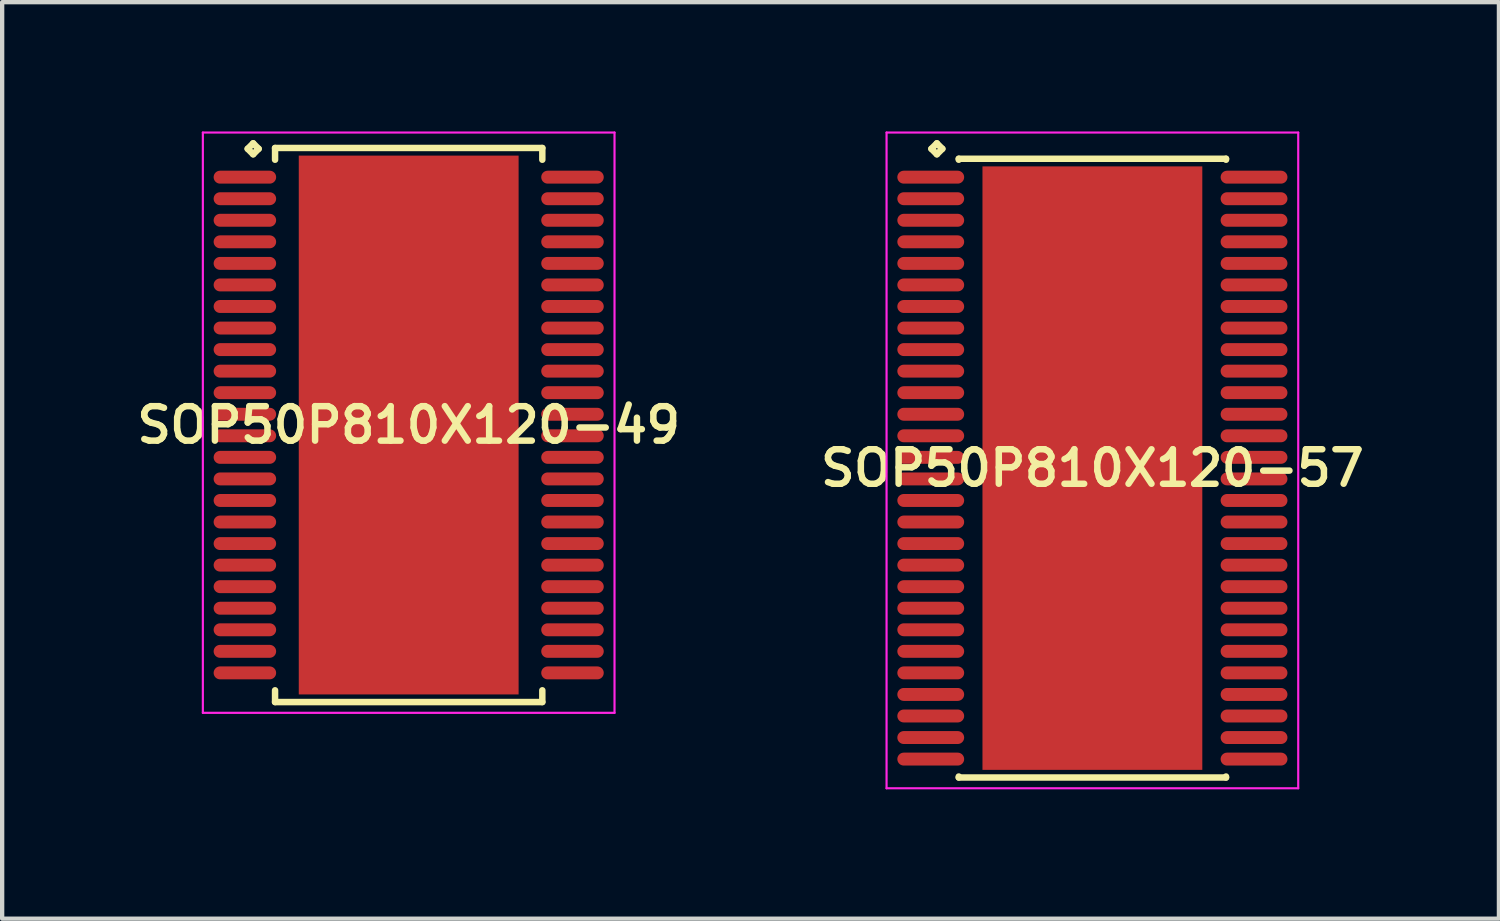
<source format=kicad_pcb>
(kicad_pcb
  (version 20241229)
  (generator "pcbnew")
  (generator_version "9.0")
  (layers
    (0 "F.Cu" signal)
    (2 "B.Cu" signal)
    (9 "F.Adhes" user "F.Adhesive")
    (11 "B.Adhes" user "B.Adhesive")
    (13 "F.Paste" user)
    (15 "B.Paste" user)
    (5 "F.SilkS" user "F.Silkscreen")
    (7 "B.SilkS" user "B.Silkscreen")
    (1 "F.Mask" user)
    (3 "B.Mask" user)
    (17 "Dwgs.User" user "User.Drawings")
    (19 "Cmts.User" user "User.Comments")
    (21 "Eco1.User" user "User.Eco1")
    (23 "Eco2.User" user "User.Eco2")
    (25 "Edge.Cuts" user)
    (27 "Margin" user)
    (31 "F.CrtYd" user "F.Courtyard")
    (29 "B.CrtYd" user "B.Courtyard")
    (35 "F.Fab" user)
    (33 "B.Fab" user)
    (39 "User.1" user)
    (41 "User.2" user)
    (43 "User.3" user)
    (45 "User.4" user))
  (footprint "SOP50P810X120-57"
    (layer "F.Cu")
    (at 22.292 7.81)
    (property "Reference" "SOP50P810X120-57" (at 0 0 0) (layer "F.SilkS") (effects (font (size 0.8 0.8) (thickness 0.15))))
    (attr smd)
    (fp_line (start -3.735 -7.408) (end -3.608 -7.535) (stroke (width 0.15) (type solid)) (layer "F.SilkS"))
    (fp_line (start -3.608 -7.535) (end -3.481 -7.408) (stroke (width 0.15) (type solid)) (layer "F.SilkS"))
    (fp_line (start -3.608 -7.281) (end -3.735 -7.408) (stroke (width 0.15) (type solid)) (layer "F.SilkS"))
    (fp_line (start -3.481 -7.408) (end -3.608 -7.281) (stroke (width 0.15) (type solid)) (layer "F.SilkS"))
    (fp_line (start -3.1 -7.177) (end 3.1 -7.177) (stroke (width 0.15) (type solid)) (layer "F.SilkS"))
    (fp_line (start -3.1 -7.154) (end -3.1 -7.177) (stroke (width 0.15) (type solid)) (layer "F.SilkS"))
    (fp_line (start -3.1 7.154) (end -3.1 7.177) (stroke (width 0.15) (type solid)) (layer "F.SilkS"))
    (fp_line (start -3.1 7.177) (end 3.1 7.177) (stroke (width 0.15) (type solid)) (layer "F.SilkS"))
    (fp_line (start 3.1 -7.177) (end 3.1 -7.154) (stroke (width 0.15) (type solid)) (layer "F.SilkS"))
    (fp_line (start 3.1 7.177) (end 3.1 7.154) (stroke (width 0.15) (type solid)) (layer "F.SilkS"))
    (fp_line (start -4.775 -7.785) (end 4.775 -7.785) (stroke (width 0.05) (type solid)) (layer "F.CrtYd"))
    (fp_line (start -4.775 7.427) (end -4.775 -7.785) (stroke (width 0.05) (type solid)) (layer "F.CrtYd"))
    (fp_line (start 4.775 -7.785) (end 4.775 7.427) (stroke (width 0.05) (type solid)) (layer "F.CrtYd"))
    (fp_line (start 4.775 7.427) (end -4.775 7.427) (stroke (width 0.05) (type solid)) (layer "F.CrtYd"))
    (pad "1" smd oval (at -3.75 -6.75) (size 1.55 0.3) (layers "F.Cu" "F.Mask" "F.Paste"))
    (pad "2" smd oval (at -3.75 -6.25) (size 1.55 0.3) (layers "F.Cu" "F.Mask" "F.Paste"))
    (pad "3" smd oval (at -3.75 -5.75) (size 1.55 0.3) (layers "F.Cu" "F.Mask" "F.Paste"))
    (pad "4" smd oval (at -3.75 -5.25) (size 1.55 0.3) (layers "F.Cu" "F.Mask" "F.Paste"))
    (pad "5" smd oval (at -3.75 -4.75) (size 1.55 0.3) (layers "F.Cu" "F.Mask" "F.Paste"))
    (pad "6" smd oval (at -3.75 -4.25) (size 1.55 0.3) (layers "F.Cu" "F.Mask" "F.Paste"))
    (pad "7" smd oval (at -3.75 -3.75) (size 1.55 0.3) (layers "F.Cu" "F.Mask" "F.Paste"))
    (pad "8" smd oval (at -3.75 -3.25) (size 1.55 0.3) (layers "F.Cu" "F.Mask" "F.Paste"))
    (pad "9" smd oval (at -3.75 -2.75) (size 1.55 0.3) (layers "F.Cu" "F.Mask" "F.Paste"))
    (pad "10" smd oval (at -3.75 -2.25) (size 1.55 0.3) (layers "F.Cu" "F.Mask" "F.Paste"))
    (pad "11" smd oval (at -3.75 -1.75) (size 1.55 0.3) (layers "F.Cu" "F.Mask" "F.Paste"))
    (pad "12" smd oval (at -3.75 -1.25) (size 1.55 0.3) (layers "F.Cu" "F.Mask" "F.Paste"))
    (pad "13" smd oval (at -3.75 -0.75) (size 1.55 0.3) (layers "F.Cu" "F.Mask" "F.Paste"))
    (pad "14" smd oval (at -3.75 -0.25) (size 1.55 0.3) (layers "F.Cu" "F.Mask" "F.Paste"))
    (pad "15" smd oval (at -3.75 0.25) (size 1.55 0.3) (layers "F.Cu" "F.Mask" "F.Paste"))
    (pad "16" smd oval (at -3.75 0.75) (size 1.55 0.3) (layers "F.Cu" "F.Mask" "F.Paste"))
    (pad "17" smd oval (at -3.75 1.25) (size 1.55 0.3) (layers "F.Cu" "F.Mask" "F.Paste"))
    (pad "18" smd oval (at -3.75 1.75) (size 1.55 0.3) (layers "F.Cu" "F.Mask" "F.Paste"))
    (pad "19" smd oval (at -3.75 2.25) (size 1.55 0.3) (layers "F.Cu" "F.Mask" "F.Paste"))
    (pad "20" smd oval (at -3.75 2.75) (size 1.55 0.3) (layers "F.Cu" "F.Mask" "F.Paste"))
    (pad "21" smd oval (at -3.75 3.25) (size 1.55 0.3) (layers "F.Cu" "F.Mask" "F.Paste"))
    (pad "22" smd oval (at -3.75 3.75) (size 1.55 0.3) (layers "F.Cu" "F.Mask" "F.Paste"))
    (pad "23" smd oval (at -3.75 4.25) (size 1.55 0.3) (layers "F.Cu" "F.Mask" "F.Paste"))
    (pad "24" smd oval (at -3.75 4.75) (size 1.55 0.3) (layers "F.Cu" "F.Mask" "F.Paste"))
    (pad "25" smd oval (at -3.75 5.25) (size 1.55 0.3) (layers "F.Cu" "F.Mask" "F.Paste"))
    (pad "26" smd oval (at -3.75 5.75) (size 1.55 0.3) (layers "F.Cu" "F.Mask" "F.Paste"))
    (pad "27" smd oval (at -3.75 6.25) (size 1.55 0.3) (layers "F.Cu" "F.Mask" "F.Paste"))
    (pad "28" smd oval (at -3.75 6.75) (size 1.55 0.3) (layers "F.Cu" "F.Mask" "F.Paste"))
    (pad "29" smd oval (at 3.75 6.75) (size 1.55 0.3) (layers "F.Cu" "F.Mask" "F.Paste"))
    (pad "30" smd oval (at 3.75 6.25) (size 1.55 0.3) (layers "F.Cu" "F.Mask" "F.Paste"))
    (pad "31" smd oval (at 3.75 5.75) (size 1.55 0.3) (layers "F.Cu" "F.Mask" "F.Paste"))
    (pad "32" smd oval (at 3.75 5.25) (size 1.55 0.3) (layers "F.Cu" "F.Mask" "F.Paste"))
    (pad "33" smd oval (at 3.75 4.75) (size 1.55 0.3) (layers "F.Cu" "F.Mask" "F.Paste"))
    (pad "34" smd oval (at 3.75 4.25) (size 1.55 0.3) (layers "F.Cu" "F.Mask" "F.Paste"))
    (pad "35" smd oval (at 3.75 3.75) (size 1.55 0.3) (layers "F.Cu" "F.Mask" "F.Paste"))
    (pad "36" smd oval (at 3.75 3.25) (size 1.55 0.3) (layers "F.Cu" "F.Mask" "F.Paste"))
    (pad "37" smd oval (at 3.75 2.75) (size 1.55 0.3) (layers "F.Cu" "F.Mask" "F.Paste"))
    (pad "38" smd oval (at 3.75 2.25) (size 1.55 0.3) (layers "F.Cu" "F.Mask" "F.Paste"))
    (pad "39" smd oval (at 3.75 1.75) (size 1.55 0.3) (layers "F.Cu" "F.Mask" "F.Paste"))
    (pad "40" smd oval (at 3.75 1.25) (size 1.55 0.3) (layers "F.Cu" "F.Mask" "F.Paste"))
    (pad "41" smd oval (at 3.75 0.75) (size 1.55 0.3) (layers "F.Cu" "F.Mask" "F.Paste"))
    (pad "42" smd oval (at 3.75 0.25) (size 1.55 0.3) (layers "F.Cu" "F.Mask" "F.Paste"))
    (pad "43" smd oval (at 3.75 -0.25) (size 1.55 0.3) (layers "F.Cu" "F.Mask" "F.Paste"))
    (pad "44" smd oval (at 3.75 -0.75) (size 1.55 0.3) (layers "F.Cu" "F.Mask" "F.Paste"))
    (pad "45" smd oval (at 3.75 -1.25) (size 1.55 0.3) (layers "F.Cu" "F.Mask" "F.Paste"))
    (pad "46" smd oval (at 3.75 -1.75) (size 1.55 0.3) (layers "F.Cu" "F.Mask" "F.Paste"))
    (pad "47" smd oval (at 3.75 -2.25) (size 1.55 0.3) (layers "F.Cu" "F.Mask" "F.Paste"))
    (pad "48" smd oval (at 3.75 -2.75) (size 1.55 0.3) (layers "F.Cu" "F.Mask" "F.Paste"))
    (pad "49" smd oval (at 3.75 -3.25) (size 1.55 0.3) (layers "F.Cu" "F.Mask" "F.Paste"))
    (pad "50" smd oval (at 3.75 -3.75) (size 1.55 0.3) (layers "F.Cu" "F.Mask" "F.Paste"))
    (pad "51" smd oval (at 3.75 -4.25) (size 1.55 0.3) (layers "F.Cu" "F.Mask" "F.Paste"))
    (pad "52" smd oval (at 3.75 -4.75) (size 1.55 0.3) (layers "F.Cu" "F.Mask" "F.Paste"))
    (pad "53" smd oval (at 3.75 -5.25) (size 1.55 0.3) (layers "F.Cu" "F.Mask" "F.Paste"))
    (pad "54" smd oval (at 3.75 -5.75) (size 1.55 0.3) (layers "F.Cu" "F.Mask" "F.Paste"))
    (pad "55" smd oval (at 3.75 -6.25) (size 1.55 0.3) (layers "F.Cu" "F.Mask" "F.Paste"))
    (pad "56" smd oval (at 3.75 -6.75) (size 1.55 0.3) (layers "F.Cu" "F.Mask" "F.Paste"))
    (pad "57" smd rect (at 0 0) (size 5.1 14) (layers "F.Cu" "F.Mask" "F.Paste")))
  (footprint "SOP50P810X120-49"
    (layer "F.Cu")
    (at 6.431 6.81)
    (property "Reference" "SOP50P810X120-49" (at 0 0 0) (layer "F.SilkS") (effects (font (size 0.8 0.8) (thickness 0.15))))
    (attr smd)
    (fp_line (start -3.735 -6.408) (end -3.608 -6.535) (stroke (width 0.15) (type solid)) (layer "F.SilkS"))
    (fp_line (start -3.608 -6.535) (end -3.481 -6.408) (stroke (width 0.15) (type solid)) (layer "F.SilkS"))
    (fp_line (start -3.608 -6.281) (end -3.735 -6.408) (stroke (width 0.15) (type solid)) (layer "F.SilkS"))
    (fp_line (start -3.481 -6.408) (end -3.608 -6.281) (stroke (width 0.15) (type solid)) (layer "F.SilkS"))
    (fp_line (start -3.1 -6.427) (end 3.1 -6.427) (stroke (width 0.15) (type solid)) (layer "F.SilkS"))
    (fp_line (start -3.1 -6.154) (end -3.1 -6.427) (stroke (width 0.15) (type solid)) (layer "F.SilkS"))
    (fp_line (start -3.1 6.154) (end -3.1 6.427) (stroke (width 0.15) (type solid)) (layer "F.SilkS"))
    (fp_line (start -3.1 6.427) (end 3.1 6.427) (stroke (width 0.15) (type solid)) (layer "F.SilkS"))
    (fp_line (start 3.1 -6.427) (end 3.1 -6.154) (stroke (width 0.15) (type solid)) (layer "F.SilkS"))
    (fp_line (start 3.1 6.427) (end 3.1 6.154) (stroke (width 0.15) (type solid)) (layer "F.SilkS"))
    (fp_line (start -4.775 -6.785) (end 4.775 -6.785) (stroke (width 0.05) (type solid)) (layer "F.CrtYd"))
    (fp_line (start -4.775 6.677) (end -4.775 -6.785) (stroke (width 0.05) (type solid)) (layer "F.CrtYd"))
    (fp_line (start 4.775 -6.785) (end 4.775 6.677) (stroke (width 0.05) (type solid)) (layer "F.CrtYd"))
    (fp_line (start 4.775 6.677) (end -4.775 6.677) (stroke (width 0.05) (type solid)) (layer "F.CrtYd"))
    (pad "1" smd oval (at -3.8 -5.75) (size 1.45 0.3) (layers "F.Cu" "F.Mask" "F.Paste"))
    (pad "2" smd oval (at -3.8 -5.25) (size 1.45 0.3) (layers "F.Cu" "F.Mask" "F.Paste"))
    (pad "3" smd oval (at -3.8 -4.75) (size 1.45 0.3) (layers "F.Cu" "F.Mask" "F.Paste"))
    (pad "4" smd oval (at -3.8 -4.25) (size 1.45 0.3) (layers "F.Cu" "F.Mask" "F.Paste"))
    (pad "5" smd oval (at -3.8 -3.75) (size 1.45 0.3) (layers "F.Cu" "F.Mask" "F.Paste"))
    (pad "6" smd oval (at -3.8 -3.25) (size 1.45 0.3) (layers "F.Cu" "F.Mask" "F.Paste"))
    (pad "7" smd oval (at -3.8 -2.75) (size 1.45 0.3) (layers "F.Cu" "F.Mask" "F.Paste"))
    (pad "8" smd oval (at -3.8 -2.25) (size 1.45 0.3) (layers "F.Cu" "F.Mask" "F.Paste"))
    (pad "9" smd oval (at -3.8 -1.75) (size 1.45 0.3) (layers "F.Cu" "F.Mask" "F.Paste"))
    (pad "10" smd oval (at -3.8 -1.25) (size 1.45 0.3) (layers "F.Cu" "F.Mask" "F.Paste"))
    (pad "11" smd oval (at -3.8 -0.75) (size 1.45 0.3) (layers "F.Cu" "F.Mask" "F.Paste"))
    (pad "12" smd oval (at -3.8 -0.25) (size 1.45 0.3) (layers "F.Cu" "F.Mask" "F.Paste"))
    (pad "13" smd oval (at -3.8 0.25) (size 1.45 0.3) (layers "F.Cu" "F.Mask" "F.Paste"))
    (pad "14" smd oval (at -3.8 0.75) (size 1.45 0.3) (layers "F.Cu" "F.Mask" "F.Paste"))
    (pad "15" smd oval (at -3.8 1.25) (size 1.45 0.3) (layers "F.Cu" "F.Mask" "F.Paste"))
    (pad "16" smd oval (at -3.8 1.75) (size 1.45 0.3) (layers "F.Cu" "F.Mask" "F.Paste"))
    (pad "17" smd oval (at -3.8 2.25) (size 1.45 0.3) (layers "F.Cu" "F.Mask" "F.Paste"))
    (pad "18" smd oval (at -3.8 2.75) (size 1.45 0.3) (layers "F.Cu" "F.Mask" "F.Paste"))
    (pad "19" smd oval (at -3.8 3.25) (size 1.45 0.3) (layers "F.Cu" "F.Mask" "F.Paste"))
    (pad "20" smd oval (at -3.8 3.75) (size 1.45 0.3) (layers "F.Cu" "F.Mask" "F.Paste"))
    (pad "21" smd oval (at -3.8 4.25) (size 1.45 0.3) (layers "F.Cu" "F.Mask" "F.Paste"))
    (pad "22" smd oval (at -3.8 4.75) (size 1.45 0.3) (layers "F.Cu" "F.Mask" "F.Paste"))
    (pad "23" smd oval (at -3.8 5.25) (size 1.45 0.3) (layers "F.Cu" "F.Mask" "F.Paste"))
    (pad "24" smd oval (at -3.8 5.75) (size 1.45 0.3) (layers "F.Cu" "F.Mask" "F.Paste"))
    (pad "25" smd oval (at 3.8 5.75) (size 1.45 0.3) (layers "F.Cu" "F.Mask" "F.Paste"))
    (pad "26" smd oval (at 3.8 5.25) (size 1.45 0.3) (layers "F.Cu" "F.Mask" "F.Paste"))
    (pad "27" smd oval (at 3.8 4.75) (size 1.45 0.3) (layers "F.Cu" "F.Mask" "F.Paste"))
    (pad "28" smd oval (at 3.8 4.25) (size 1.45 0.3) (layers "F.Cu" "F.Mask" "F.Paste"))
    (pad "29" smd oval (at 3.8 3.75) (size 1.45 0.3) (layers "F.Cu" "F.Mask" "F.Paste"))
    (pad "30" smd oval (at 3.8 3.25) (size 1.45 0.3) (layers "F.Cu" "F.Mask" "F.Paste"))
    (pad "31" smd oval (at 3.8 2.75) (size 1.45 0.3) (layers "F.Cu" "F.Mask" "F.Paste"))
    (pad "32" smd oval (at 3.8 2.25) (size 1.45 0.3) (layers "F.Cu" "F.Mask" "F.Paste"))
    (pad "33" smd oval (at 3.8 1.75) (size 1.45 0.3) (layers "F.Cu" "F.Mask" "F.Paste"))
    (pad "34" smd oval (at 3.8 1.25) (size 1.45 0.3) (layers "F.Cu" "F.Mask" "F.Paste"))
    (pad "35" smd oval (at 3.8 0.75) (size 1.45 0.3) (layers "F.Cu" "F.Mask" "F.Paste"))
    (pad "36" smd oval (at 3.8 0.25) (size 1.45 0.3) (layers "F.Cu" "F.Mask" "F.Paste"))
    (pad "37" smd oval (at 3.8 -0.25) (size 1.45 0.3) (layers "F.Cu" "F.Mask" "F.Paste"))
    (pad "38" smd oval (at 3.8 -0.75) (size 1.45 0.3) (layers "F.Cu" "F.Mask" "F.Paste"))
    (pad "39" smd oval (at 3.8 -1.25) (size 1.45 0.3) (layers "F.Cu" "F.Mask" "F.Paste"))
    (pad "40" smd oval (at 3.8 -1.75) (size 1.45 0.3) (layers "F.Cu" "F.Mask" "F.Paste"))
    (pad "41" smd oval (at 3.8 -2.25) (size 1.45 0.3) (layers "F.Cu" "F.Mask" "F.Paste"))
    (pad "42" smd oval (at 3.8 -2.75) (size 1.45 0.3) (layers "F.Cu" "F.Mask" "F.Paste"))
    (pad "43" smd oval (at 3.8 -3.25) (size 1.45 0.3) (layers "F.Cu" "F.Mask" "F.Paste"))
    (pad "44" smd oval (at 3.8 -3.75) (size 1.45 0.3) (layers "F.Cu" "F.Mask" "F.Paste"))
    (pad "45" smd oval (at 3.8 -4.25) (size 1.45 0.3) (layers "F.Cu" "F.Mask" "F.Paste"))
    (pad "46" smd oval (at 3.8 -4.75) (size 1.45 0.3) (layers "F.Cu" "F.Mask" "F.Paste"))
    (pad "47" smd oval (at 3.8 -5.25) (size 1.45 0.3) (layers "F.Cu" "F.Mask" "F.Paste"))
    (pad "48" smd oval (at 3.8 -5.75) (size 1.45 0.3) (layers "F.Cu" "F.Mask" "F.Paste"))
    (pad "49" smd rect (at 0 0) (size 5.1 12.5) (layers "F.Cu" "F.Mask" "F.Paste")))
  (gr_rect
    (start -3 -3)
    (end 31.723 18.262)
    (stroke (width 0.1) (type default))
    (fill no)
    (layer "Edge.Cuts")))
</source>
